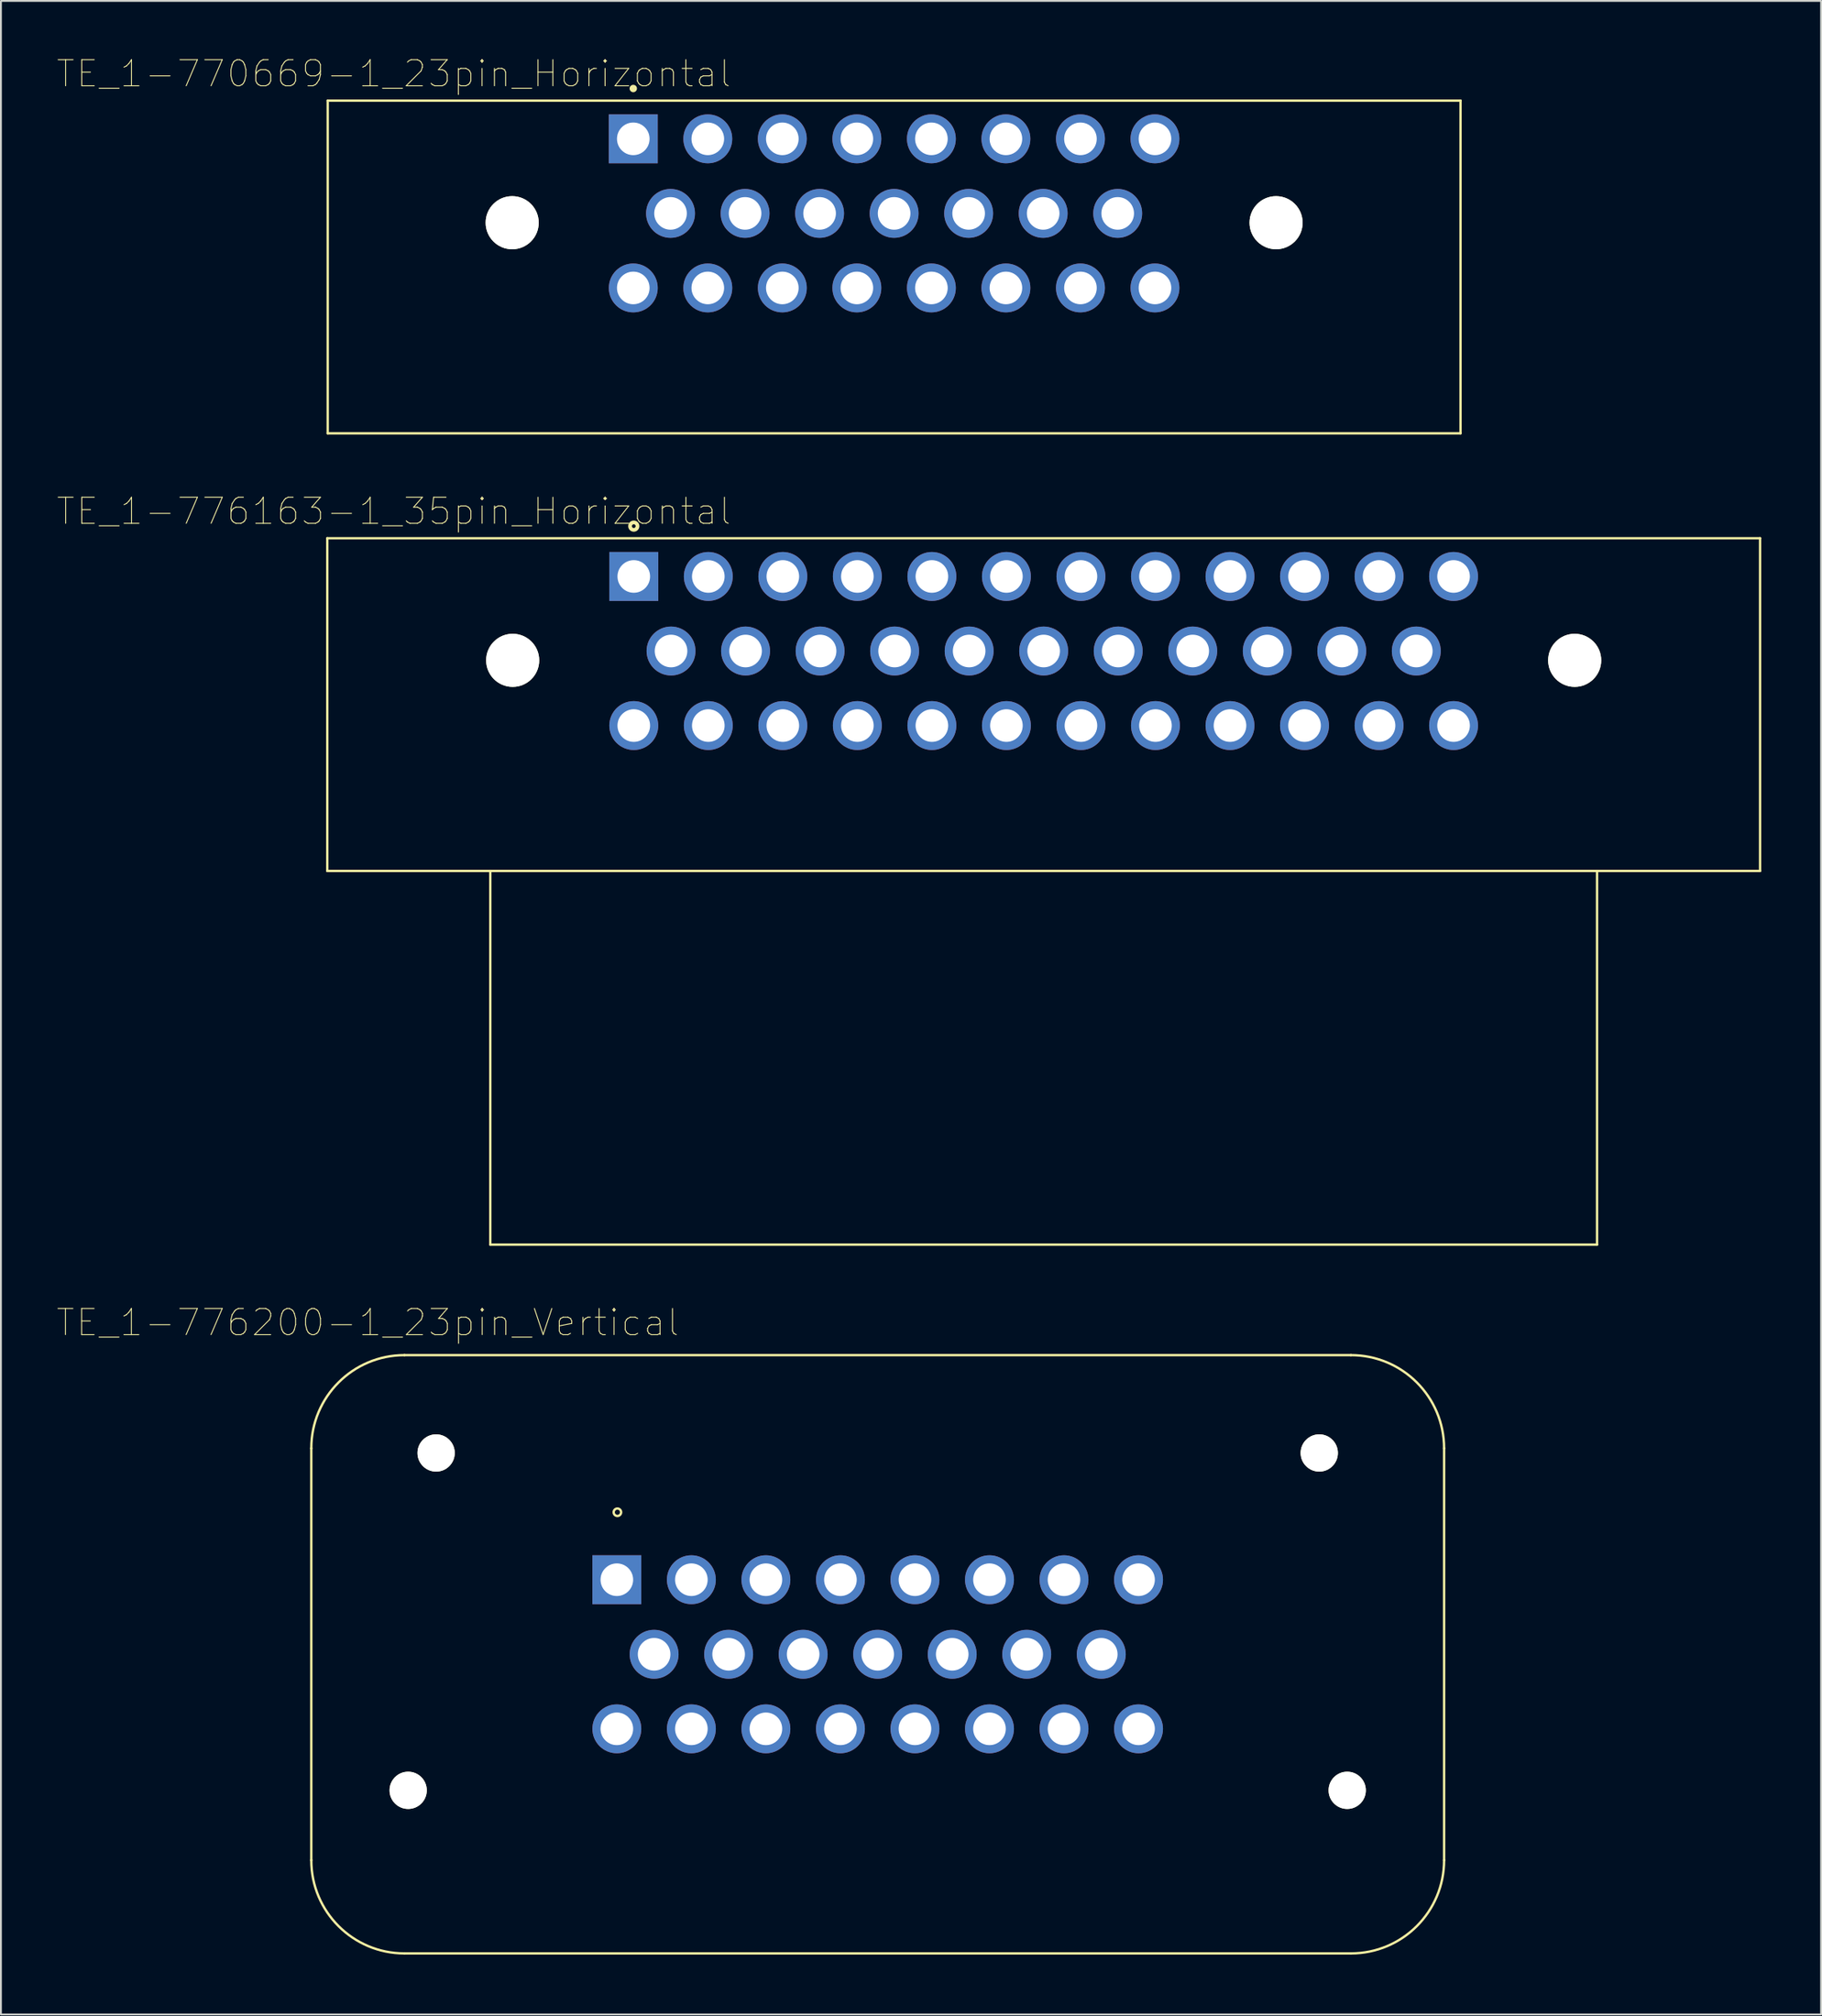
<source format=kicad_pcb>
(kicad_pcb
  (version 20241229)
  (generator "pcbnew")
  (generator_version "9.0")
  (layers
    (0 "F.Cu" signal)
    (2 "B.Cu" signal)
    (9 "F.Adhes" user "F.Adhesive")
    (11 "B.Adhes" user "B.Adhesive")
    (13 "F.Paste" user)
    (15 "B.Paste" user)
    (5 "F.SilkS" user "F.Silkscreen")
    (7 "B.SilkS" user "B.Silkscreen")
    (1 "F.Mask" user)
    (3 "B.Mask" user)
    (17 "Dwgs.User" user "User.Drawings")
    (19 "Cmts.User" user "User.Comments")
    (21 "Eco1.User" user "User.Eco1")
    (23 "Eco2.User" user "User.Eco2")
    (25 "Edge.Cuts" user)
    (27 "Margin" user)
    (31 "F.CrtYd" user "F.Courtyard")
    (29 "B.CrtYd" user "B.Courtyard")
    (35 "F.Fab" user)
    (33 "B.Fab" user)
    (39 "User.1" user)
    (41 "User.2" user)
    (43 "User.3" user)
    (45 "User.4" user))
  (footprint "TE_1-776163-1_35pin_Horizontal"
    (layer "F.Cu")
    (at 52.966 31.879)
    (property "Reference" "TE_1-776163-1_35pin_Horizontal" (at -34.88 -7.497 0) (layer "F.SilkS") (effects (font (size 1.401 1.401) (thickness 0.05))))
    (attr through_hole)
    (fp_line (start -38.45 -6.05) (end -38.45 11.8) (stroke (width 0.127) (type solid)) (layer "F.SilkS"))
    (fp_line (start -29.7 11.8) (end -38.45 11.8) (stroke (width 0.127) (type solid)) (layer "F.SilkS"))
    (fp_line (start -29.7 31.85) (end -29.7 11.8) (stroke (width 0.127) (type solid)) (layer "F.SilkS"))
    (fp_line (start -29.7 31.85) (end 29.7 31.85) (stroke (width 0.127) (type solid)) (layer "F.SilkS"))
    (fp_line (start 29.7 11.8) (end -29.7 11.8) (stroke (width 0.127) (type solid)) (layer "F.SilkS"))
    (fp_line (start 29.7 31.85) (end 29.7 11.8) (stroke (width 0.127) (type solid)) (layer "F.SilkS"))
    (fp_line (start 38.45 -6.05) (end -38.45 -6.05) (stroke (width 0.127) (type solid)) (layer "F.SilkS"))
    (fp_line (start 38.45 11.8) (end 29.7 11.8) (stroke (width 0.127) (type solid)) (layer "F.SilkS"))
    (fp_line (start 38.45 11.8) (end 38.45 -6.05) (stroke (width 0.127) (type solid)) (layer "F.SilkS"))
    (fp_circle (center -22 -6.7) (end -21.8 -6.7) (stroke (width 0.2) (type solid)) (fill no) (layer "F.SilkS"))
    (fp_line (start -38.7 -6.3) (end 38.7 -6.3) (stroke (width 0.05) (type solid)) (layer "Eco1.User"))
    (fp_line (start -38.7 12.05) (end -38.7 -6.3) (stroke (width 0.05) (type solid)) (layer "Eco1.User"))
    (fp_line (start -29.95 12.05) (end -38.7 12.05) (stroke (width 0.05) (type solid)) (layer "Eco1.User"))
    (fp_line (start -29.95 32.1) (end -29.95 12.05) (stroke (width 0.05) (type solid)) (layer "Eco1.User"))
    (fp_line (start 29.95 12.05) (end 29.95 32.1) (stroke (width 0.05) (type solid)) (layer "Eco1.User"))
    (fp_line (start 29.95 32.1) (end -29.95 32.1) (stroke (width 0.05) (type solid)) (layer "Eco1.User"))
    (fp_line (start 38.7 -6.3) (end 38.7 12.05) (stroke (width 0.05) (type solid)) (layer "Eco1.User"))
    (fp_line (start 38.7 12.05) (end 29.95 12.05) (stroke (width 0.05) (type solid)) (layer "Eco1.User"))
    (fp_line (start -38.45 -6.05) (end -38.45 11.8) (stroke (width 0.127) (type solid)) (layer "Eco2.User"))
    (fp_line (start -29.7 11.8) (end -38.45 11.8) (stroke (width 0.127) (type solid)) (layer "Eco2.User"))
    (fp_line (start -29.7 31.85) (end -29.7 11.8) (stroke (width 0.127) (type solid)) (layer "Eco2.User"))
    (fp_line (start -29.7 31.85) (end 29.7 31.85) (stroke (width 0.127) (type solid)) (layer "Eco2.User"))
    (fp_line (start 29.7 11.8) (end -29.7 11.8) (stroke (width 0.127) (type solid)) (layer "Eco2.User"))
    (fp_line (start 29.7 31.85) (end 29.7 11.8) (stroke (width 0.127) (type solid)) (layer "Eco2.User"))
    (fp_line (start 38.45 -6.05) (end -38.45 -6.05) (stroke (width 0.127) (type solid)) (layer "Eco2.User"))
    (fp_line (start 38.45 11.8) (end 29.7 11.8) (stroke (width 0.127) (type solid)) (layer "Eco2.User"))
    (fp_line (start 38.45 11.8) (end 38.45 -6.05) (stroke (width 0.127) (type solid)) (layer "Eco2.User"))
    (fp_circle (center -24.54 -4.16) (end -24.34 -4.16) (stroke (width 0.2) (type solid)) (fill no) (layer "Eco2.User"))
    (pad "" np_thru_hole circle (at -28.5 0.5) (size 2.85 2.85) (drill 2.85) (layers "*.Cu" "*.Mask" "F.SilkS"))
    (pad "" np_thru_hole circle (at 28.5 0.5) (size 2.85 2.85) (drill 2.85) (layers "*.Cu" "*.Mask" "F.SilkS"))
    (pad "1" thru_hole rect (at -22 -4) (size 2.625 2.625) (drill 1.75) (layers "*.Cu" "*.Mask"))
    (pad "2" thru_hole circle (at -18 -4) (size 2.625 2.625) (drill 1.75) (layers "*.Cu" "*.Mask"))
    (pad "3" thru_hole circle (at -14 -4) (size 2.625 2.625) (drill 1.75) (layers "*.Cu" "*.Mask"))
    (pad "4" thru_hole circle (at -10 -4) (size 2.625 2.625) (drill 1.75) (layers "*.Cu" "*.Mask"))
    (pad "5" thru_hole circle (at -6 -4) (size 2.625 2.625) (drill 1.75) (layers "*.Cu" "*.Mask"))
    (pad "6" thru_hole circle (at -2 -4) (size 2.625 2.625) (drill 1.75) (layers "*.Cu" "*.Mask"))
    (pad "7" thru_hole circle (at 2 -4) (size 2.625 2.625) (drill 1.75) (layers "*.Cu" "*.Mask"))
    (pad "8" thru_hole circle (at 6 -4) (size 2.625 2.625) (drill 1.75) (layers "*.Cu" "*.Mask"))
    (pad "9" thru_hole circle (at 10 -4) (size 2.625 2.625) (drill 1.75) (layers "*.Cu" "*.Mask"))
    (pad "10" thru_hole circle (at 14 -4) (size 2.625 2.625) (drill 1.75) (layers "*.Cu" "*.Mask"))
    (pad "11" thru_hole circle (at 18 -4) (size 2.625 2.625) (drill 1.75) (layers "*.Cu" "*.Mask"))
    (pad "12" thru_hole circle (at 22 -4) (size 2.625 2.625) (drill 1.75) (layers "*.Cu" "*.Mask"))
    (pad "13" thru_hole circle (at -20 0) (size 2.625 2.625) (drill 1.75) (layers "*.Cu" "*.Mask"))
    (pad "14" thru_hole circle (at -16 0) (size 2.625 2.625) (drill 1.75) (layers "*.Cu" "*.Mask"))
    (pad "15" thru_hole circle (at -12 0) (size 2.625 2.625) (drill 1.75) (layers "*.Cu" "*.Mask"))
    (pad "16" thru_hole circle (at -8 0) (size 2.625 2.625) (drill 1.75) (layers "*.Cu" "*.Mask"))
    (pad "17" thru_hole circle (at -4 0) (size 2.625 2.625) (drill 1.75) (layers "*.Cu" "*.Mask"))
    (pad "18" thru_hole circle (at 0 0) (size 2.625 2.625) (drill 1.75) (layers "*.Cu" "*.Mask"))
    (pad "19" thru_hole circle (at 4 0) (size 2.625 2.625) (drill 1.75) (layers "*.Cu" "*.Mask"))
    (pad "20" thru_hole circle (at 8 0) (size 2.625 2.625) (drill 1.75) (layers "*.Cu" "*.Mask"))
    (pad "21" thru_hole circle (at 12 0) (size 2.625 2.625) (drill 1.75) (layers "*.Cu" "*.Mask"))
    (pad "22" thru_hole circle (at 16 0) (size 2.625 2.625) (drill 1.75) (layers "*.Cu" "*.Mask"))
    (pad "23" thru_hole circle (at 20 0) (size 2.625 2.625) (drill 1.75) (layers "*.Cu" "*.Mask"))
    (pad "24" thru_hole circle (at -22 4) (size 2.625 2.625) (drill 1.75) (layers "*.Cu" "*.Mask"))
    (pad "25" thru_hole circle (at -18 4) (size 2.625 2.625) (drill 1.75) (layers "*.Cu" "*.Mask"))
    (pad "26" thru_hole circle (at -14 4) (size 2.625 2.625) (drill 1.75) (layers "*.Cu" "*.Mask"))
    (pad "27" thru_hole circle (at -10 4) (size 2.625 2.625) (drill 1.75) (layers "*.Cu" "*.Mask"))
    (pad "28" thru_hole circle (at -6 4) (size 2.625 2.625) (drill 1.75) (layers "*.Cu" "*.Mask"))
    (pad "29" thru_hole circle (at -2 4) (size 2.625 2.625) (drill 1.75) (layers "*.Cu" "*.Mask"))
    (pad "30" thru_hole circle (at 2 4) (size 2.625 2.625) (drill 1.75) (layers "*.Cu" "*.Mask"))
    (pad "31" thru_hole circle (at 6 4) (size 2.625 2.625) (drill 1.75) (layers "*.Cu" "*.Mask"))
    (pad "32" thru_hole circle (at 10 4) (size 2.625 2.625) (drill 1.75) (layers "*.Cu" "*.Mask"))
    (pad "33" thru_hole circle (at 14 4) (size 2.625 2.625) (drill 1.75) (layers "*.Cu" "*.Mask"))
    (pad "34" thru_hole circle (at 18 4) (size 2.625 2.625) (drill 1.75) (layers "*.Cu" "*.Mask"))
    (pad "35" thru_hole circle (at 22 4) (size 2.625 2.625) (drill 1.75) (layers "*.Cu" "*.Mask")))
  (footprint "TE_1-770669-1_23pin_Horizontal"
    (layer "F.Cu")
    (at 30.939 4.399)
    (property "Reference" "TE_1-770669-1_23pin_Horizontal" (at -12.855 -3.492 0) (layer "F.SilkS") (effects (font (size 1.401 1.401) (thickness 0.05))))
    (attr through_hole)
    (fp_line (start -16.4 -2.05) (end -16.4 15.8) (stroke (width 0.127) (type solid)) (layer "F.SilkS"))
    (fp_line (start 44.4 -2.05) (end -16.4 -2.05) (stroke (width 0.127) (type solid)) (layer "F.SilkS"))
    (fp_line (start 44.4 15.8) (end -16.4 15.8) (stroke (width 0.127) (type solid)) (layer "F.SilkS"))
    (fp_line (start 44.4 15.8) (end 44.4 -2.05) (stroke (width 0.127) (type solid)) (layer "F.SilkS"))
    (fp_circle (center 0 -2.7) (end 0.1 -2.7) (stroke (width 0.2) (type solid)) (fill no) (layer "F.SilkS"))
    (fp_line (start -16.65 -2.3) (end 44.65 -2.3) (stroke (width 0.05) (type solid)) (layer "Eco1.User"))
    (fp_line (start -16.65 16.05) (end -16.65 -2.3) (stroke (width 0.05) (type solid)) (layer "Eco1.User"))
    (fp_line (start 44.65 -2.3) (end 44.65 16.05) (stroke (width 0.05) (type solid)) (layer "Eco1.User"))
    (fp_line (start 44.65 16.05) (end -16.65 16.05) (stroke (width 0.05) (type solid)) (layer "Eco1.User"))
    (fp_line (start -16.4 -2.05) (end -16.4 15.8) (stroke (width 0.127) (type solid)) (layer "Eco2.User"))
    (fp_line (start 44.4 -2.05) (end -16.4 -2.05) (stroke (width 0.127) (type solid)) (layer "Eco2.User"))
    (fp_line (start 44.4 15.8) (end -16.4 15.8) (stroke (width 0.127) (type solid)) (layer "Eco2.User"))
    (fp_line (start 44.4 15.8) (end 44.4 -2.05) (stroke (width 0.127) (type solid)) (layer "Eco2.User"))
    (pad "" np_thru_hole circle (at -6.5 4.5) (size 2.85 2.85) (drill 2.85) (layers "*.Cu" "*.Mask" "F.SilkS"))
    (pad "" np_thru_hole circle (at 34.5 4.5) (size 2.85 2.85) (drill 2.85) (layers "*.Cu" "*.Mask" "F.SilkS"))
    (pad "1" thru_hole rect (at 0 0) (size 2.625 2.625) (drill 1.75) (layers "*.Cu" "*.Mask"))
    (pad "2" thru_hole circle (at 4 0) (size 2.625 2.625) (drill 1.75) (layers "*.Cu" "*.Mask"))
    (pad "3" thru_hole circle (at 8 0) (size 2.625 2.625) (drill 1.75) (layers "*.Cu" "*.Mask"))
    (pad "4" thru_hole circle (at 12 0) (size 2.625 2.625) (drill 1.75) (layers "*.Cu" "*.Mask"))
    (pad "5" thru_hole circle (at 16 0) (size 2.625 2.625) (drill 1.75) (layers "*.Cu" "*.Mask"))
    (pad "6" thru_hole circle (at 20 0) (size 2.625 2.625) (drill 1.75) (layers "*.Cu" "*.Mask"))
    (pad "7" thru_hole circle (at 24 0) (size 2.625 2.625) (drill 1.75) (layers "*.Cu" "*.Mask"))
    (pad "8" thru_hole circle (at 28 0) (size 2.625 2.625) (drill 1.75) (layers "*.Cu" "*.Mask"))
    (pad "9" thru_hole circle (at 2 4) (size 2.625 2.625) (drill 1.75) (layers "*.Cu" "*.Mask"))
    (pad "10" thru_hole circle (at 6 4) (size 2.625 2.625) (drill 1.75) (layers "*.Cu" "*.Mask"))
    (pad "11" thru_hole circle (at 10 4) (size 2.625 2.625) (drill 1.75) (layers "*.Cu" "*.Mask"))
    (pad "12" thru_hole circle (at 14 4) (size 2.625 2.625) (drill 1.75) (layers "*.Cu" "*.Mask"))
    (pad "13" thru_hole circle (at 18 4) (size 2.625 2.625) (drill 1.75) (layers "*.Cu" "*.Mask"))
    (pad "14" thru_hole circle (at 22 4) (size 2.625 2.625) (drill 1.75) (layers "*.Cu" "*.Mask"))
    (pad "15" thru_hole circle (at 26 4) (size 2.625 2.625) (drill 1.75) (layers "*.Cu" "*.Mask"))
    (pad "16" thru_hole circle (at 0 8) (size 2.625 2.625) (drill 1.75) (layers "*.Cu" "*.Mask"))
    (pad "17" thru_hole circle (at 4 8) (size 2.625 2.625) (drill 1.75) (layers "*.Cu" "*.Mask"))
    (pad "18" thru_hole circle (at 8 8) (size 2.625 2.625) (drill 1.75) (layers "*.Cu" "*.Mask"))
    (pad "19" thru_hole circle (at 12 8) (size 2.625 2.625) (drill 1.75) (layers "*.Cu" "*.Mask"))
    (pad "20" thru_hole circle (at 16 8) (size 2.625 2.625) (drill 1.75) (layers "*.Cu" "*.Mask"))
    (pad "21" thru_hole circle (at 20 8) (size 2.625 2.625) (drill 1.75) (layers "*.Cu" "*.Mask"))
    (pad "22" thru_hole circle (at 24 8) (size 2.625 2.625) (drill 1.75) (layers "*.Cu" "*.Mask"))
    (pad "23" thru_hole circle (at 28 8) (size 2.625 2.625) (drill 1.75) (layers "*.Cu" "*.Mask")))
  (footprint "TE_1-776200-1_23pin_Vertical"
    (layer "F.Cu")
    (at 44.057 85.707)
    (property "Reference" "TE_1-776200-1_23pin_Vertical" (at -27.37 -17.796 0) (layer "F.SilkS") (effects (font (size 1.402 1.402) (thickness 0.05))))
    (attr through_hole)
    (fp_line (start -30.4 -11.05) (end -30.4 11.05) (stroke (width 0.127) (type solid)) (layer "F.SilkS"))
    (fp_line (start -25.4 16.05) (end 25.4 16.05) (stroke (width 0.127) (type solid)) (layer "F.SilkS"))
    (fp_line (start 25.4 -16.05) (end -25.4 -16.05) (stroke (width 0.127) (type solid)) (layer "F.SilkS"))
    (fp_line (start 30.4 11.05) (end 30.4 -11.05) (stroke (width 0.127) (type solid)) (layer "F.SilkS"))
    (fp_arc (start -30.4 -11.05) (mid -28.935534 -14.585534) (end -25.4 -16.05) (stroke (width 0.127) (type solid)) (layer "F.SilkS"))
    (fp_arc (start -25.4 16.05) (mid -28.935534 14.585534) (end -30.4 11.05) (stroke (width 0.127) (type solid)) (layer "F.SilkS"))
    (fp_arc (start 25.4 -16.05) (mid 28.935534 -14.585534) (end 30.4 -11.05) (stroke (width 0.127) (type solid)) (layer "F.SilkS"))
    (fp_arc (start 30.4 11.05) (mid 28.935534 14.585534) (end 25.4 16.05) (stroke (width 0.127) (type solid)) (layer "F.SilkS"))
    (fp_circle (center -13.97 -7.62) (end -13.77 -7.62) (stroke (width 0.127) (type solid)) (fill no) (layer "F.SilkS"))
    (fp_line (start -30.65 -11.3) (end -30.65 11.3) (stroke (width 0.05) (type solid)) (layer "Eco1.User"))
    (fp_line (start -25.65 16.3) (end 25.65 16.3) (stroke (width 0.05) (type solid)) (layer "Eco1.User"))
    (fp_line (start 25.65 -16.3) (end -25.65 -16.3) (stroke (width 0.05) (type solid)) (layer "Eco1.User"))
    (fp_line (start 30.65 11.3) (end 30.65 -11.3) (stroke (width 0.05) (type solid)) (layer "Eco1.User"))
    (fp_arc (start -30.65 -11.3) (mid -29.185534 -14.835534) (end -25.65 -16.3) (stroke (width 0.05) (type solid)) (layer "Eco1.User"))
    (fp_arc (start -25.65 16.3) (mid -29.185534 14.835534) (end -30.65 11.3) (stroke (width 0.05) (type solid)) (layer "Eco1.User"))
    (fp_arc (start 25.65 -16.3) (mid 29.185534 -14.835534) (end 30.65 -11.3) (stroke (width 0.05) (type solid)) (layer "Eco1.User"))
    (fp_arc (start 30.65 11.3) (mid 29.185534 14.835534) (end 25.65 16.3) (stroke (width 0.05) (type solid)) (layer "Eco1.User"))
    (fp_line (start -30.4 -11.05) (end -30.4 11.05) (stroke (width 0.127) (type solid)) (layer "Eco2.User"))
    (fp_line (start -25.4 16.05) (end 25.4 16.05) (stroke (width 0.127) (type solid)) (layer "Eco2.User"))
    (fp_line (start 25.4 -16.05) (end -25.4 -16.05) (stroke (width 0.127) (type solid)) (layer "Eco2.User"))
    (fp_line (start 30.4 11.05) (end 30.4 -11.05) (stroke (width 0.127) (type solid)) (layer "Eco2.User"))
    (fp_arc (start -30.4 -11.05) (mid -28.935534 -14.585534) (end -25.4 -16.05) (stroke (width 0.127) (type solid)) (layer "Eco2.User"))
    (fp_arc (start -25.4 16.05) (mid -28.935534 14.585534) (end -30.4 11.05) (stroke (width 0.127) (type solid)) (layer "Eco2.User"))
    (fp_arc (start 25.4 -16.05) (mid 28.935534 -14.585534) (end 30.4 -11.05) (stroke (width 0.127) (type solid)) (layer "Eco2.User"))
    (fp_arc (start 30.4 11.05) (mid 28.935534 14.585534) (end 25.4 16.05) (stroke (width 0.127) (type solid)) (layer "Eco2.User"))
    (pad "" np_thru_hole circle (at -25.2 7.3) (size 2 2) (drill 2) (layers "*.Cu" "*.Mask" "F.SilkS"))
    (pad "" np_thru_hole circle (at -23.7 -10.8) (size 2 2) (drill 2) (layers "*.Cu" "*.Mask" "F.SilkS"))
    (pad "" np_thru_hole circle (at 23.7 -10.8) (size 2 2) (drill 2) (layers "*.Cu" "*.Mask" "F.SilkS"))
    (pad "" np_thru_hole circle (at 25.2 7.3) (size 2 2) (drill 2) (layers "*.Cu" "*.Mask" "F.SilkS"))
    (pad "1" thru_hole rect (at -14 -4) (size 2.625 2.625) (drill 1.75) (layers "*.Cu" "*.Mask"))
    (pad "2" thru_hole circle (at -10 -4) (size 2.625 2.625) (drill 1.75) (layers "*.Cu" "*.Mask"))
    (pad "3" thru_hole circle (at -6 -4) (size 2.625 2.625) (drill 1.75) (layers "*.Cu" "*.Mask"))
    (pad "4" thru_hole circle (at -2 -4) (size 2.625 2.625) (drill 1.75) (layers "*.Cu" "*.Mask"))
    (pad "5" thru_hole circle (at 2 -4) (size 2.625 2.625) (drill 1.75) (layers "*.Cu" "*.Mask"))
    (pad "6" thru_hole circle (at 6 -4) (size 2.625 2.625) (drill 1.75) (layers "*.Cu" "*.Mask"))
    (pad "7" thru_hole circle (at 10 -4) (size 2.625 2.625) (drill 1.75) (layers "*.Cu" "*.Mask"))
    (pad "8" thru_hole circle (at 14 -4) (size 2.625 2.625) (drill 1.75) (layers "*.Cu" "*.Mask"))
    (pad "9" thru_hole circle (at -12 0) (size 2.625 2.625) (drill 1.75) (layers "*.Cu" "*.Mask"))
    (pad "10" thru_hole circle (at -8 0) (size 2.625 2.625) (drill 1.75) (layers "*.Cu" "*.Mask"))
    (pad "11" thru_hole circle (at -4 0) (size 2.625 2.625) (drill 1.75) (layers "*.Cu" "*.Mask"))
    (pad "12" thru_hole circle (at 0 0) (size 2.625 2.625) (drill 1.75) (layers "*.Cu" "*.Mask"))
    (pad "13" thru_hole circle (at 4 0) (size 2.625 2.625) (drill 1.75) (layers "*.Cu" "*.Mask"))
    (pad "14" thru_hole circle (at 8 0) (size 2.625 2.625) (drill 1.75) (layers "*.Cu" "*.Mask"))
    (pad "15" thru_hole circle (at 12 0) (size 2.625 2.625) (drill 1.75) (layers "*.Cu" "*.Mask"))
    (pad "16" thru_hole circle (at -14 4) (size 2.625 2.625) (drill 1.75) (layers "*.Cu" "*.Mask"))
    (pad "17" thru_hole circle (at -10 4) (size 2.625 2.625) (drill 1.75) (layers "*.Cu" "*.Mask"))
    (pad "18" thru_hole circle (at -6 4) (size 2.625 2.625) (drill 1.75) (layers "*.Cu" "*.Mask"))
    (pad "19" thru_hole circle (at -2 4) (size 2.625 2.625) (drill 1.75) (layers "*.Cu" "*.Mask"))
    (pad "20" thru_hole circle (at 2 4) (size 2.625 2.625) (drill 1.75) (layers "*.Cu" "*.Mask"))
    (pad "21" thru_hole circle (at 6 4) (size 2.625 2.625) (drill 1.75) (layers "*.Cu" "*.Mask"))
    (pad "22" thru_hole circle (at 10 4) (size 2.625 2.625) (drill 1.75) (layers "*.Cu" "*.Mask"))
    (pad "23" thru_hole circle (at 14 4) (size 2.625 2.625) (drill 1.75) (layers "*.Cu" "*.Mask")))
  (gr_rect
    (start -3 -3)
    (end 94.691 105.032)
    (stroke (width 0.1) (type default))
    (fill no)
    (layer "Edge.Cuts")))
</source>
